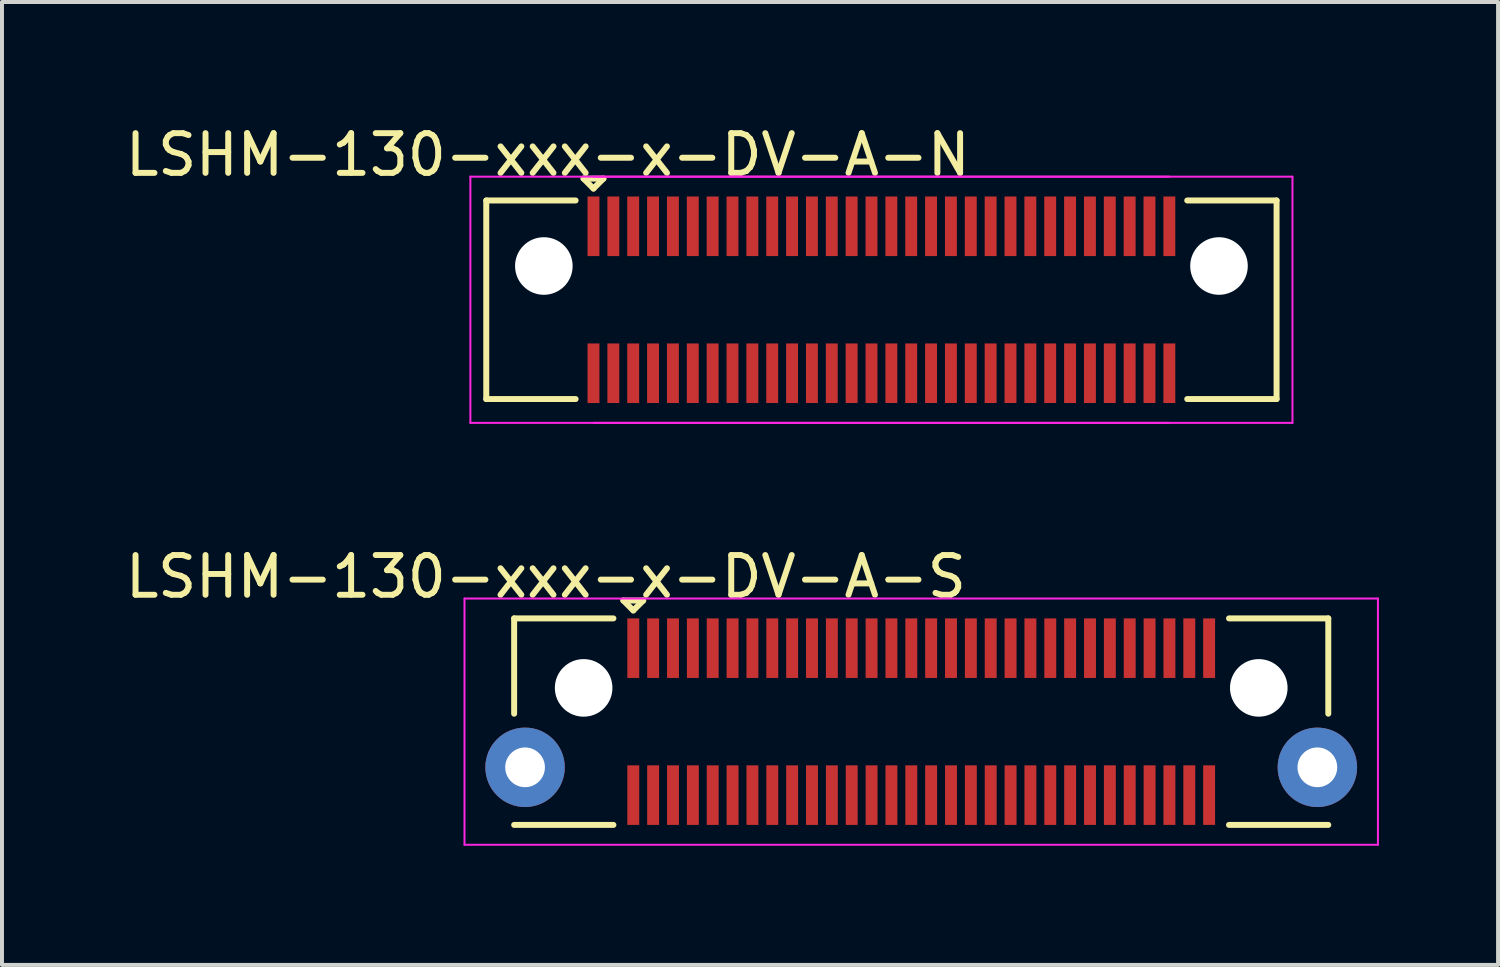
<source format=kicad_pcb>
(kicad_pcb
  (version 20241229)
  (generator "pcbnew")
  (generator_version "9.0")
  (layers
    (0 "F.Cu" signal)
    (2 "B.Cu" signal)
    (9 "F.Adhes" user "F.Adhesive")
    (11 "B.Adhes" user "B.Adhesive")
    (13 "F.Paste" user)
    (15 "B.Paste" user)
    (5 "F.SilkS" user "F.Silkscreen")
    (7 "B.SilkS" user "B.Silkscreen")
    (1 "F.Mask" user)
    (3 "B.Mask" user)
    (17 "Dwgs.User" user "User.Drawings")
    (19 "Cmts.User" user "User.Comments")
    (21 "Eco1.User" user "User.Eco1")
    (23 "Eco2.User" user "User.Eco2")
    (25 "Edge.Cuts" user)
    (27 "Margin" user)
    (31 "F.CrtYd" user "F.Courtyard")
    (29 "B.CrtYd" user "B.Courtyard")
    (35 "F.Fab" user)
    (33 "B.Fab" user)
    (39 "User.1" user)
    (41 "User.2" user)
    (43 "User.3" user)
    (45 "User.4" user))
  (footprint "LSHM-130-xxx-x-DV-A-N"
    (layer "F.Cu")
    (at 19.144 4.498)
    (property "Reference" "LSHM-130-xxx-x-DV-A-N" (at -8.4 -3.65 0) (layer "F.SilkS") (effects (font (size 1 1) (thickness 0.15))))
    (attr smd)
    (fp_line (start -9.95 -2.5) (end -9.95 2.5) (stroke (width 0.15) (type solid)) (layer "F.SilkS"))
    (fp_line (start -9.95 -2.5) (end -7.7 -2.5) (stroke (width 0.15) (type solid)) (layer "F.SilkS"))
    (fp_line (start -9.95 2.5) (end -7.7 2.5) (stroke (width 0.15) (type solid)) (layer "F.SilkS"))
    (fp_line (start -7.5 -3.05) (end -7.25 -2.8) (stroke (width 0.15) (type solid)) (layer "F.SilkS"))
    (fp_line (start -7.25 -2.8) (end -7 -3.05) (stroke (width 0.15) (type solid)) (layer "F.SilkS"))
    (fp_line (start -7 -3.05) (end -7.5 -3.05) (stroke (width 0.15) (type solid)) (layer "F.SilkS"))
    (fp_line (start 9.95 -2.5) (end 7.7 -2.5) (stroke (width 0.15) (type solid)) (layer "F.SilkS"))
    (fp_line (start 9.95 -2.5) (end 9.95 2.5) (stroke (width 0.15) (type solid)) (layer "F.SilkS"))
    (fp_line (start 9.95 2.5) (end 7.7 2.5) (stroke (width 0.15) (type solid)) (layer "F.SilkS"))
    (fp_line (start -10.35 -3.1) (end 10.35 -3.1) (stroke (width 0.05) (type solid)) (layer "F.CrtYd"))
    (fp_line (start -10.35 3.1) (end -10.35 -3.1) (stroke (width 0.05) (type solid)) (layer "F.CrtYd"))
    (fp_line (start -10.35 3.1) (end 10.35 3.1) (stroke (width 0.05) (type solid)) (layer "F.CrtYd"))
    (fp_line (start -7.25 -3.1) (end 7.25 -3.1) (stroke (width 0.05) (type solid)) (layer "F.CrtYd"))
    (fp_line (start -7.25 3.1) (end 7.25 3.1) (stroke (width 0.05) (type solid)) (layer "F.CrtYd"))
    (fp_line (start 10.35 3.1) (end 10.35 -3.1) (stroke (width 0.05) (type solid)) (layer "F.CrtYd"))
    (pad "" np_thru_hole circle (at -8.5 -0.85) (size 1.45 1.45) (drill 1.45) (layers "*.Cu" "*.Mask"))
    (pad "" np_thru_hole circle (at 8.5 -0.85) (size 1.45 1.45) (drill 1.45) (layers "*.Cu" "*.Mask"))
    (pad "1" smd rect (at -7.25 -1.85) (size 0.3 1.5) (layers "F.Cu" "F.Mask" "F.Paste"))
    (pad "2" smd rect (at -7.25 1.85) (size 0.3 1.5) (layers "F.Cu" "F.Mask" "F.Paste"))
    (pad "3" smd rect (at -6.75 -1.85) (size 0.3 1.5) (layers "F.Cu" "F.Mask" "F.Paste"))
    (pad "4" smd rect (at -6.75 1.85) (size 0.3 1.5) (layers "F.Cu" "F.Mask" "F.Paste"))
    (pad "5" smd rect (at -6.25 -1.85) (size 0.3 1.5) (layers "F.Cu" "F.Mask" "F.Paste"))
    (pad "6" smd rect (at -6.25 1.85) (size 0.3 1.5) (layers "F.Cu" "F.Mask" "F.Paste"))
    (pad "7" smd rect (at -5.75 -1.85) (size 0.3 1.5) (layers "F.Cu" "F.Mask" "F.Paste"))
    (pad "8" smd rect (at -5.75 1.85) (size 0.3 1.5) (layers "F.Cu" "F.Mask" "F.Paste"))
    (pad "9" smd rect (at -5.25 -1.85) (size 0.3 1.5) (layers "F.Cu" "F.Mask" "F.Paste"))
    (pad "10" smd rect (at -5.25 1.85) (size 0.3 1.5) (layers "F.Cu" "F.Mask" "F.Paste"))
    (pad "11" smd rect (at -4.75 -1.85) (size 0.3 1.5) (layers "F.Cu" "F.Mask" "F.Paste"))
    (pad "12" smd rect (at -4.75 1.85) (size 0.3 1.5) (layers "F.Cu" "F.Mask" "F.Paste"))
    (pad "13" smd rect (at -4.25 -1.85) (size 0.3 1.5) (layers "F.Cu" "F.Mask" "F.Paste"))
    (pad "14" smd rect (at -4.25 1.85) (size 0.3 1.5) (layers "F.Cu" "F.Mask" "F.Paste"))
    (pad "15" smd rect (at -3.75 -1.85) (size 0.3 1.5) (layers "F.Cu" "F.Mask" "F.Paste"))
    (pad "16" smd rect (at -3.75 1.85) (size 0.3 1.5) (layers "F.Cu" "F.Mask" "F.Paste"))
    (pad "17" smd rect (at -3.25 -1.85) (size 0.3 1.5) (layers "F.Cu" "F.Mask" "F.Paste"))
    (pad "18" smd rect (at -3.25 1.85) (size 0.3 1.5) (layers "F.Cu" "F.Mask" "F.Paste"))
    (pad "19" smd rect (at -2.75 -1.85) (size 0.3 1.5) (layers "F.Cu" "F.Mask" "F.Paste"))
    (pad "20" smd rect (at -2.75 1.85) (size 0.3 1.5) (layers "F.Cu" "F.Mask" "F.Paste"))
    (pad "21" smd rect (at -2.25 -1.85) (size 0.3 1.5) (layers "F.Cu" "F.Mask" "F.Paste"))
    (pad "22" smd rect (at -2.25 1.85) (size 0.3 1.5) (layers "F.Cu" "F.Mask" "F.Paste"))
    (pad "23" smd rect (at -1.75 -1.85) (size 0.3 1.5) (layers "F.Cu" "F.Mask" "F.Paste"))
    (pad "24" smd rect (at -1.75 1.85) (size 0.3 1.5) (layers "F.Cu" "F.Mask" "F.Paste"))
    (pad "25" smd rect (at -1.25 -1.85) (size 0.3 1.5) (layers "F.Cu" "F.Mask" "F.Paste"))
    (pad "26" smd rect (at -1.25 1.85) (size 0.3 1.5) (layers "F.Cu" "F.Mask" "F.Paste"))
    (pad "27" smd rect (at -0.75 -1.85) (size 0.3 1.5) (layers "F.Cu" "F.Mask" "F.Paste"))
    (pad "28" smd rect (at -0.75 1.85) (size 0.3 1.5) (layers "F.Cu" "F.Mask" "F.Paste"))
    (pad "29" smd rect (at -0.25 -1.85) (size 0.3 1.5) (layers "F.Cu" "F.Mask" "F.Paste"))
    (pad "30" smd rect (at -0.25 1.85) (size 0.3 1.5) (layers "F.Cu" "F.Mask" "F.Paste"))
    (pad "31" smd rect (at 0.25 -1.85) (size 0.3 1.5) (layers "F.Cu" "F.Mask" "F.Paste"))
    (pad "32" smd rect (at 0.25 1.85) (size 0.3 1.5) (layers "F.Cu" "F.Mask" "F.Paste"))
    (pad "33" smd rect (at 0.75 -1.85) (size 0.3 1.5) (layers "F.Cu" "F.Mask" "F.Paste"))
    (pad "34" smd rect (at 0.75 1.85) (size 0.3 1.5) (layers "F.Cu" "F.Mask" "F.Paste"))
    (pad "35" smd rect (at 1.25 -1.85) (size 0.3 1.5) (layers "F.Cu" "F.Mask" "F.Paste"))
    (pad "36" smd rect (at 1.25 1.85) (size 0.3 1.5) (layers "F.Cu" "F.Mask" "F.Paste"))
    (pad "37" smd rect (at 1.75 -1.85) (size 0.3 1.5) (layers "F.Cu" "F.Mask" "F.Paste"))
    (pad "38" smd rect (at 1.75 1.85) (size 0.3 1.5) (layers "F.Cu" "F.Mask" "F.Paste"))
    (pad "39" smd rect (at 2.25 -1.85) (size 0.3 1.5) (layers "F.Cu" "F.Mask" "F.Paste"))
    (pad "40" smd rect (at 2.25 1.85) (size 0.3 1.5) (layers "F.Cu" "F.Mask" "F.Paste"))
    (pad "41" smd rect (at 2.75 -1.85) (size 0.3 1.5) (layers "F.Cu" "F.Mask" "F.Paste"))
    (pad "42" smd rect (at 2.75 1.85) (size 0.3 1.5) (layers "F.Cu" "F.Mask" "F.Paste"))
    (pad "43" smd rect (at 3.25 -1.85) (size 0.3 1.5) (layers "F.Cu" "F.Mask" "F.Paste"))
    (pad "44" smd rect (at 3.25 1.85) (size 0.3 1.5) (layers "F.Cu" "F.Mask" "F.Paste"))
    (pad "45" smd rect (at 3.75 -1.85) (size 0.3 1.5) (layers "F.Cu" "F.Mask" "F.Paste"))
    (pad "46" smd rect (at 3.75 1.85) (size 0.3 1.5) (layers "F.Cu" "F.Mask" "F.Paste"))
    (pad "47" smd rect (at 4.25 -1.85) (size 0.3 1.5) (layers "F.Cu" "F.Mask" "F.Paste"))
    (pad "48" smd rect (at 4.25 1.85) (size 0.3 1.5) (layers "F.Cu" "F.Mask" "F.Paste"))
    (pad "49" smd rect (at 4.75 -1.85) (size 0.3 1.5) (layers "F.Cu" "F.Mask" "F.Paste"))
    (pad "50" smd rect (at 4.75 1.85) (size 0.3 1.5) (layers "F.Cu" "F.Mask" "F.Paste"))
    (pad "51" smd rect (at 5.25 -1.85) (size 0.3 1.5) (layers "F.Cu" "F.Mask" "F.Paste"))
    (pad "52" smd rect (at 5.25 1.85) (size 0.3 1.5) (layers "F.Cu" "F.Mask" "F.Paste"))
    (pad "53" smd rect (at 5.75 -1.85) (size 0.3 1.5) (layers "F.Cu" "F.Mask" "F.Paste"))
    (pad "54" smd rect (at 5.75 1.85) (size 0.3 1.5) (layers "F.Cu" "F.Mask" "F.Paste"))
    (pad "55" smd rect (at 6.25 -1.85) (size 0.3 1.5) (layers "F.Cu" "F.Mask" "F.Paste"))
    (pad "56" smd rect (at 6.25 1.85) (size 0.3 1.5) (layers "F.Cu" "F.Mask" "F.Paste"))
    (pad "57" smd rect (at 6.75 -1.85) (size 0.3 1.5) (layers "F.Cu" "F.Mask" "F.Paste"))
    (pad "58" smd rect (at 6.75 1.85) (size 0.3 1.5) (layers "F.Cu" "F.Mask" "F.Paste"))
    (pad "59" smd rect (at 7.25 -1.85) (size 0.3 1.5) (layers "F.Cu" "F.Mask" "F.Paste"))
    (pad "60" smd rect (at 7.25 1.85) (size 0.3 1.5) (layers "F.Cu" "F.Mask" "F.Paste")))
  (footprint "LSHM-130-xxx-x-DV-A-S"
    (layer "F.Cu")
    (at 20.146 15.121)
    (property "Reference" "LSHM-130-xxx-x-DV-A-S" (at -9.45 -3.65 0) (layer "F.SilkS") (effects (font (size 1 1) (thickness 0.15))))
    (attr smd)
    (fp_line (start -10.25 -2.6) (end -7.75 -2.6) (stroke (width 0.15) (type solid)) (layer "F.SilkS"))
    (fp_line (start -10.25 -0.2) (end -10.25 -2.6) (stroke (width 0.15) (type solid)) (layer "F.SilkS"))
    (fp_line (start -10.25 2.6) (end -7.75 2.6) (stroke (width 0.15) (type solid)) (layer "F.SilkS"))
    (fp_line (start -7.5 -3.05) (end -7.25 -2.8) (stroke (width 0.15) (type solid)) (layer "F.SilkS"))
    (fp_line (start -7.25 -2.8) (end -7 -3.05) (stroke (width 0.15) (type solid)) (layer "F.SilkS"))
    (fp_line (start -7 -3.05) (end -7.5 -3.05) (stroke (width 0.15) (type solid)) (layer "F.SilkS"))
    (fp_line (start 10.25 -2.6) (end 7.75 -2.6) (stroke (width 0.15) (type solid)) (layer "F.SilkS"))
    (fp_line (start 10.25 -0.2) (end 10.25 -2.6) (stroke (width 0.15) (type solid)) (layer "F.SilkS"))
    (fp_line (start 10.25 2.6) (end 7.75 2.6) (stroke (width 0.15) (type solid)) (layer "F.SilkS"))
    (fp_line (start -11.5 -3.1) (end 11.5 -3.1) (stroke (width 0.05) (type solid)) (layer "F.CrtYd"))
    (fp_line (start -11.5 3.1) (end -11.5 -3.1) (stroke (width 0.05) (type solid)) (layer "F.CrtYd"))
    (fp_line (start -11.5 3.1) (end 11.5 3.1) (stroke (width 0.05) (type solid)) (layer "F.CrtYd"))
    (fp_line (start 11.5 3.1) (end 11.5 -3.1) (stroke (width 0.05) (type solid)) (layer "F.CrtYd"))
    (pad "" np_thru_hole circle (at -8.5 -0.85) (size 1.45 1.45) (drill 1.45) (layers "*.Cu" "*.Mask"))
    (pad "" np_thru_hole circle (at 8.5 -0.85) (size 1.45 1.45) (drill 1.45) (layers "*.Cu" "*.Mask"))
    (pad "1" smd rect (at -7.25 -1.85) (size 0.3 1.5) (layers "F.Cu" "F.Mask" "F.Paste"))
    (pad "2" smd rect (at -7.25 1.85) (size 0.3 1.5) (layers "F.Cu" "F.Mask" "F.Paste"))
    (pad "3" smd rect (at -6.75 -1.85) (size 0.3 1.5) (layers "F.Cu" "F.Mask" "F.Paste"))
    (pad "4" smd rect (at -6.75 1.85) (size 0.3 1.5) (layers "F.Cu" "F.Mask" "F.Paste"))
    (pad "5" smd rect (at -6.25 -1.85) (size 0.3 1.5) (layers "F.Cu" "F.Mask" "F.Paste"))
    (pad "6" smd rect (at -6.25 1.85) (size 0.3 1.5) (layers "F.Cu" "F.Mask" "F.Paste"))
    (pad "7" smd rect (at -5.75 -1.85) (size 0.3 1.5) (layers "F.Cu" "F.Mask" "F.Paste"))
    (pad "8" smd rect (at -5.75 1.85) (size 0.3 1.5) (layers "F.Cu" "F.Mask" "F.Paste"))
    (pad "9" smd rect (at -5.25 -1.85) (size 0.3 1.5) (layers "F.Cu" "F.Mask" "F.Paste"))
    (pad "10" smd rect (at -5.25 1.85) (size 0.3 1.5) (layers "F.Cu" "F.Mask" "F.Paste"))
    (pad "11" smd rect (at -4.75 -1.85) (size 0.3 1.5) (layers "F.Cu" "F.Mask" "F.Paste"))
    (pad "12" smd rect (at -4.75 1.85) (size 0.3 1.5) (layers "F.Cu" "F.Mask" "F.Paste"))
    (pad "13" smd rect (at -4.25 -1.85) (size 0.3 1.5) (layers "F.Cu" "F.Mask" "F.Paste"))
    (pad "14" smd rect (at -4.25 1.85) (size 0.3 1.5) (layers "F.Cu" "F.Mask" "F.Paste"))
    (pad "15" smd rect (at -3.75 -1.85) (size 0.3 1.5) (layers "F.Cu" "F.Mask" "F.Paste"))
    (pad "16" smd rect (at -3.75 1.85) (size 0.3 1.5) (layers "F.Cu" "F.Mask" "F.Paste"))
    (pad "17" smd rect (at -3.25 -1.85) (size 0.3 1.5) (layers "F.Cu" "F.Mask" "F.Paste"))
    (pad "18" smd rect (at -3.25 1.85) (size 0.3 1.5) (layers "F.Cu" "F.Mask" "F.Paste"))
    (pad "19" smd rect (at -2.75 -1.85) (size 0.3 1.5) (layers "F.Cu" "F.Mask" "F.Paste"))
    (pad "20" smd rect (at -2.75 1.85) (size 0.3 1.5) (layers "F.Cu" "F.Mask" "F.Paste"))
    (pad "21" smd rect (at -2.25 -1.85) (size 0.3 1.5) (layers "F.Cu" "F.Mask" "F.Paste"))
    (pad "22" smd rect (at -2.25 1.85) (size 0.3 1.5) (layers "F.Cu" "F.Mask" "F.Paste"))
    (pad "23" smd rect (at -1.75 -1.85) (size 0.3 1.5) (layers "F.Cu" "F.Mask" "F.Paste"))
    (pad "24" smd rect (at -1.75 1.85) (size 0.3 1.5) (layers "F.Cu" "F.Mask" "F.Paste"))
    (pad "25" smd rect (at -1.25 -1.85) (size 0.3 1.5) (layers "F.Cu" "F.Mask" "F.Paste"))
    (pad "26" smd rect (at -1.25 1.85) (size 0.3 1.5) (layers "F.Cu" "F.Mask" "F.Paste"))
    (pad "27" smd rect (at -0.75 -1.85) (size 0.3 1.5) (layers "F.Cu" "F.Mask" "F.Paste"))
    (pad "28" smd rect (at -0.75 1.85) (size 0.3 1.5) (layers "F.Cu" "F.Mask" "F.Paste"))
    (pad "29" smd rect (at -0.25 -1.85) (size 0.3 1.5) (layers "F.Cu" "F.Mask" "F.Paste"))
    (pad "30" smd rect (at -0.25 1.85) (size 0.3 1.5) (layers "F.Cu" "F.Mask" "F.Paste"))
    (pad "31" smd rect (at 0.25 -1.85) (size 0.3 1.5) (layers "F.Cu" "F.Mask" "F.Paste"))
    (pad "32" smd rect (at 0.25 1.85) (size 0.3 1.5) (layers "F.Cu" "F.Mask" "F.Paste"))
    (pad "33" smd rect (at 0.75 -1.85) (size 0.3 1.5) (layers "F.Cu" "F.Mask" "F.Paste"))
    (pad "34" smd rect (at 0.75 1.85) (size 0.3 1.5) (layers "F.Cu" "F.Mask" "F.Paste"))
    (pad "35" smd rect (at 1.25 -1.85) (size 0.3 1.5) (layers "F.Cu" "F.Mask" "F.Paste"))
    (pad "36" smd rect (at 1.25 1.85) (size 0.3 1.5) (layers "F.Cu" "F.Mask" "F.Paste"))
    (pad "37" smd rect (at 1.75 -1.85) (size 0.3 1.5) (layers "F.Cu" "F.Mask" "F.Paste"))
    (pad "38" smd rect (at 1.75 1.85) (size 0.3 1.5) (layers "F.Cu" "F.Mask" "F.Paste"))
    (pad "39" smd rect (at 2.25 -1.85) (size 0.3 1.5) (layers "F.Cu" "F.Mask" "F.Paste"))
    (pad "40" smd rect (at 2.25 1.85) (size 0.3 1.5) (layers "F.Cu" "F.Mask" "F.Paste"))
    (pad "41" smd rect (at 2.75 -1.85) (size 0.3 1.5) (layers "F.Cu" "F.Mask" "F.Paste"))
    (pad "42" smd rect (at 2.75 1.85) (size 0.3 1.5) (layers "F.Cu" "F.Mask" "F.Paste"))
    (pad "43" smd rect (at 3.25 -1.85) (size 0.3 1.5) (layers "F.Cu" "F.Mask" "F.Paste"))
    (pad "44" smd rect (at 3.25 1.85) (size 0.3 1.5) (layers "F.Cu" "F.Mask" "F.Paste"))
    (pad "45" smd rect (at 3.75 -1.85) (size 0.3 1.5) (layers "F.Cu" "F.Mask" "F.Paste"))
    (pad "46" smd rect (at 3.75 1.85) (size 0.3 1.5) (layers "F.Cu" "F.Mask" "F.Paste"))
    (pad "47" smd rect (at 4.25 -1.85) (size 0.3 1.5) (layers "F.Cu" "F.Mask" "F.Paste"))
    (pad "48" smd rect (at 4.25 1.85) (size 0.3 1.5) (layers "F.Cu" "F.Mask" "F.Paste"))
    (pad "49" smd rect (at 4.75 -1.85) (size 0.3 1.5) (layers "F.Cu" "F.Mask" "F.Paste"))
    (pad "50" smd rect (at 4.75 1.85) (size 0.3 1.5) (layers "F.Cu" "F.Mask" "F.Paste"))
    (pad "51" smd rect (at 5.25 -1.85) (size 0.3 1.5) (layers "F.Cu" "F.Mask" "F.Paste"))
    (pad "52" smd rect (at 5.25 1.85) (size 0.3 1.5) (layers "F.Cu" "F.Mask" "F.Paste"))
    (pad "53" smd rect (at 5.75 -1.85) (size 0.3 1.5) (layers "F.Cu" "F.Mask" "F.Paste"))
    (pad "54" smd rect (at 5.75 1.85) (size 0.3 1.5) (layers "F.Cu" "F.Mask" "F.Paste"))
    (pad "55" smd rect (at 6.25 -1.85) (size 0.3 1.5) (layers "F.Cu" "F.Mask" "F.Paste"))
    (pad "56" smd rect (at 6.25 1.85) (size 0.3 1.5) (layers "F.Cu" "F.Mask" "F.Paste"))
    (pad "57" smd rect (at 6.75 -1.85) (size 0.3 1.5) (layers "F.Cu" "F.Mask" "F.Paste"))
    (pad "58" smd rect (at 6.75 1.85) (size 0.3 1.5) (layers "F.Cu" "F.Mask" "F.Paste"))
    (pad "59" smd rect (at 7.25 -1.85) (size 0.3 1.5) (layers "F.Cu" "F.Mask" "F.Paste"))
    (pad "60" smd rect (at 7.25 1.85) (size 0.3 1.5) (layers "F.Cu" "F.Mask" "F.Paste"))
    (pad "61" thru_hole circle (at -9.975 1.15) (size 2 2) (drill 1) (layers "*.Cu" "*.Mask"))
    (pad "61" thru_hole circle (at 9.975 1.15) (size 2 2) (drill 1) (layers "*.Cu" "*.Mask")))
  (gr_rect
    (start -3 -3)
    (end 34.671 21.247)
    (stroke (width 0.1) (type default))
    (fill no)
    (layer "Edge.Cuts")))
</source>
